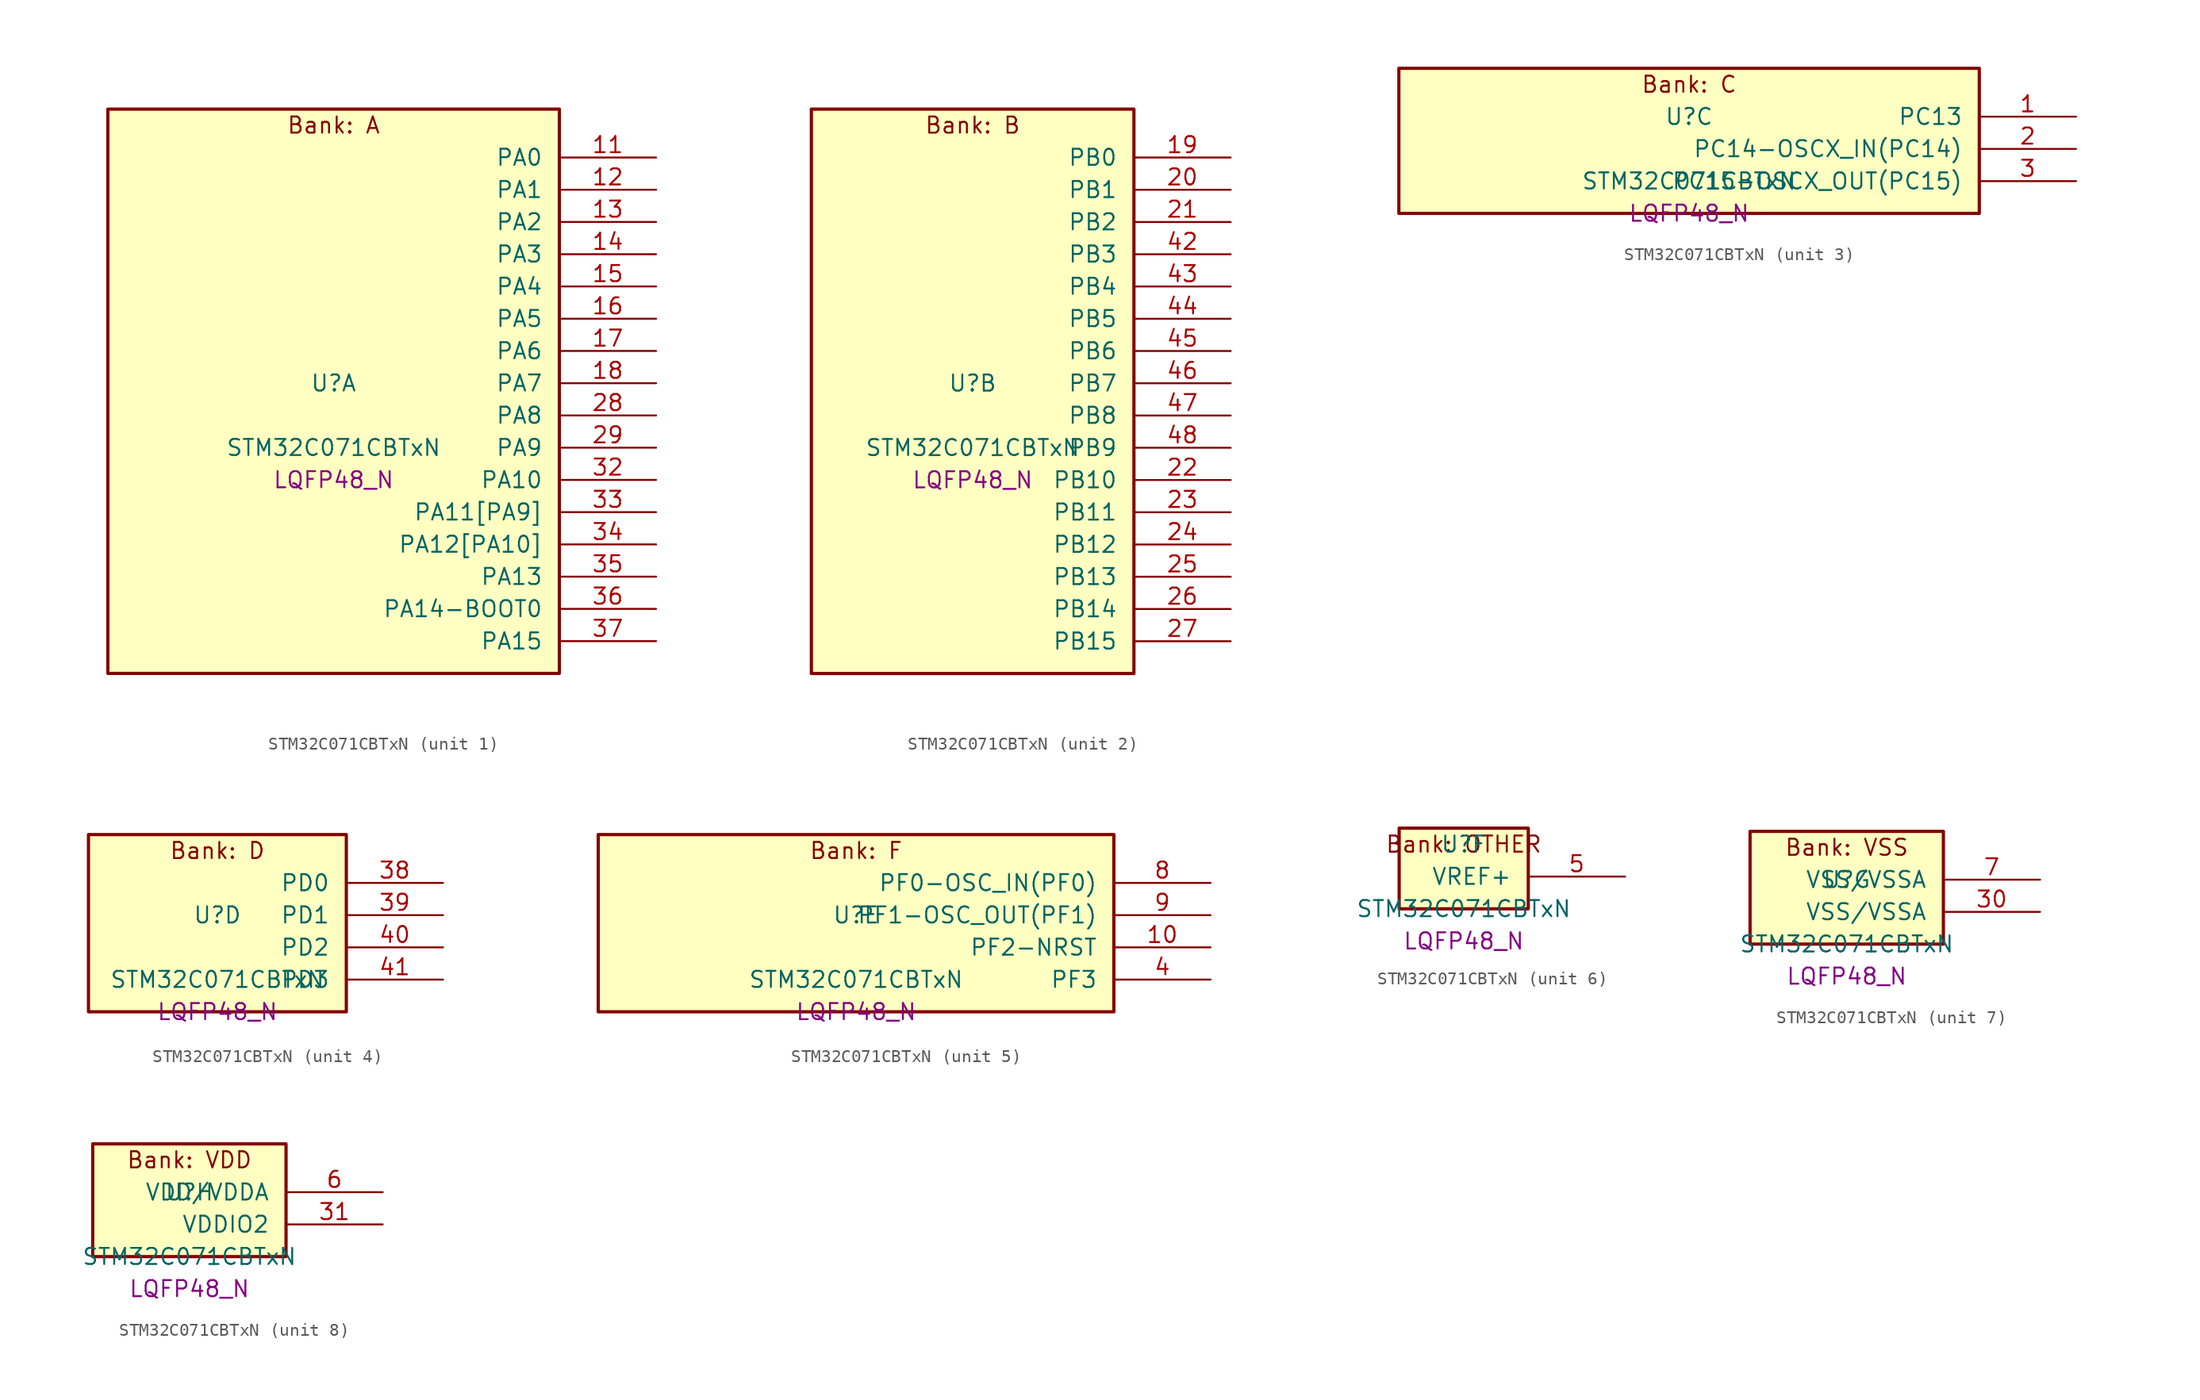
<source format=kicad_sym>
(kicad_symbol_lib
  (version 20241209)
  (generator "stm32_pkl_generator")
  (generator_version "1.0")
  (symbol "STM32C071CBTxN"
    (pin_names
      (offset 1.27))
    (property "Reference" "U"
      (at 0 2.54 0))
    (property "Value" "STM32C071CBTxN"
      (at 0 -2.54 0))
    (property "Footprint" "LQFP48_N"
      (at 0 -5.08 0))
    (symbol "STM32C071CBTxN_1_1"
      (rectangle (start -17.78 24.13) (end 17.78 -20.32) (stroke (width 0.254) (type solid)) (fill (type background)))
      (text "Bank: A" (at 0 22.86 0))
      (pin bidirectional line (at 25.4 20.32 180) (length 7.62) (name "PA0") (number "11") (alternate "PA0/ADC1_IN0" bidirectional line) (alternate "PA0/PWR_WKUP1" bidirectional line) (alternate "PA0/SPI2_SCK" bidirectional line) (alternate "PA0/TIM16_CH1" bidirectional line) (alternate "PA0/TIM1_CH1" bidirectional line) (alternate "PA0/TIM2_CH1" bidirectional line) (alternate "PA0/TIM2_ETR" bidirectional line) (alternate "PA0/USART1_TX" bidirectional line) (alternate "PA0/USART2_CTS" bidirectional line) (alternate "PA0/USART2_NSS" bidirectional line))
      (pin bidirectional line (at 25.4 17.78 180) (length 7.62) (name "PA1") (number "12") (alternate "PA1/ADC1_IN1" bidirectional line) (alternate "PA1/I2C1_SMBA" bidirectional line) (alternate "PA1/I2S1_CK" bidirectional line) (alternate "PA1/SPI1_SCK" bidirectional line) (alternate "PA1/TIM17_CH1" bidirectional line) (alternate "PA1/TIM1_CH2" bidirectional line) (alternate "PA1/TIM2_CH2" bidirectional line) (alternate "PA1/USART1_RX" bidirectional line) (alternate "PA1/USART2_CK" bidirectional line) (alternate "PA1/USART2_DE" bidirectional line) (alternate "PA1/USART2_RTS" bidirectional line))
      (pin bidirectional line (at 25.4 15.24 180) (length 7.62) (name "PA2") (number "13") (alternate "PA2/ADC1_IN2" bidirectional line) (alternate "PA2/I2S1_SD" bidirectional line) (alternate "PA2/PWR_WKUP4" bidirectional line) (alternate "PA2/RCC_LSCO" bidirectional line) (alternate "PA2/SPI1_MOSI" bidirectional line) (alternate "PA2/TIM16_CH1N" bidirectional line) (alternate "PA2/TIM1_CH3" bidirectional line) (alternate "PA2/TIM2_CH3" bidirectional line) (alternate "PA2/TIM3_ETR" bidirectional line) (alternate "PA2/USART2_TX" bidirectional line))
      (pin bidirectional line (at 25.4 12.7 180) (length 7.62) (name "PA3") (number "14") (alternate "PA3/ADC1_IN3" bidirectional line) (alternate "PA3/SPI2_MISO" bidirectional line) (alternate "PA3/TIM1_CH1N" bidirectional line) (alternate "PA3/TIM1_CH4" bidirectional line) (alternate "PA3/TIM2_CH4" bidirectional line) (alternate "PA3/USART2_RX" bidirectional line))
      (pin bidirectional line (at 25.4 10.16 180) (length 7.62) (name "PA4") (number "15") (alternate "PA4/ADC1_IN4" bidirectional line) (alternate "PA4/I2S1_WS" bidirectional line) (alternate "PA4/RTC_OUT2" bidirectional line) (alternate "PA4/SPI1_NSS" bidirectional line) (alternate "PA4/SPI2_MOSI" bidirectional line) (alternate "PA4/TIM14_CH1" bidirectional line) (alternate "PA4/TIM17_CH1N" bidirectional line) (alternate "PA4/TIM1_CH2N" bidirectional line) (alternate "PA4/USART2_TX" bidirectional line) (alternate "PA4/USB_NOE" bidirectional line))
      (pin bidirectional line (at 25.4 7.62 180) (length 7.62) (name "PA5") (number "16") (alternate "PA5/ADC1_IN5" bidirectional line) (alternate "PA5/I2S1_CK" bidirectional line) (alternate "PA5/SPI1_SCK" bidirectional line) (alternate "PA5/TIM1_CH1" bidirectional line) (alternate "PA5/TIM1_CH3N" bidirectional line) (alternate "PA5/TIM2_CH1" bidirectional line) (alternate "PA5/TIM2_ETR" bidirectional line) (alternate "PA5/USART2_RX" bidirectional line))
      (pin bidirectional line (at 25.4 5.08 180) (length 7.62) (name "PA6") (number "17") (alternate "PA6/ADC1_IN6" bidirectional line) (alternate "PA6/I2C2_SDA" bidirectional line) (alternate "PA6/I2S1_MCK" bidirectional line) (alternate "PA6/SPI1_MISO" bidirectional line) (alternate "PA6/TIM16_CH1" bidirectional line) (alternate "PA6/TIM1_BKIN" bidirectional line) (alternate "PA6/TIM3_CH1" bidirectional line))
      (pin bidirectional line (at 25.4 2.54 180) (length 7.62) (name "PA7") (number "18") (alternate "PA7/ADC1_IN7" bidirectional line) (alternate "PA7/I2C2_SCL" bidirectional line) (alternate "PA7/I2S1_SD" bidirectional line) (alternate "PA7/SPI1_MOSI" bidirectional line) (alternate "PA7/TIM14_CH1" bidirectional line) (alternate "PA7/TIM17_CH1" bidirectional line) (alternate "PA7/TIM1_CH1N" bidirectional line) (alternate "PA7/TIM3_CH2" bidirectional line))
      (pin bidirectional line (at 25.4 0 180) (length 7.62) (name "PA8") (number "28") (alternate "PA8/ADC1_IN8" bidirectional line) (alternate "PA8/CRS_SYNC" bidirectional line) (alternate "PA8/I2S1_WS" bidirectional line) (alternate "PA8/RCC_MCO" bidirectional line) (alternate "PA8/RCC_MCO_2" bidirectional line) (alternate "PA8/SPI1_NSS" bidirectional line) (alternate "PA8/SPI2_MISO" bidirectional line) (alternate "PA8/SPI2_NSS" bidirectional line) (alternate "PA8/TIM14_CH1" bidirectional line) (alternate "PA8/TIM1_CH1" bidirectional line) (alternate "PA8/TIM1_CH2N" bidirectional line) (alternate "PA8/TIM1_CH3N" bidirectional line) (alternate "PA8/TIM3_CH3" bidirectional line) (alternate "PA8/TIM3_CH4" bidirectional line) (alternate "PA8/USART1_RX" bidirectional line) (alternate "PA8/USART2_TX" bidirectional line))
      (pin bidirectional line (at 25.4 -2.54 180) (length 7.62) (name "PA9") (number "29") (alternate "PA9/I2C1_SCL" bidirectional line) (alternate "PA9/I2C2_SCL" bidirectional line) (alternate "PA9/RCC_MCO" bidirectional line) (alternate "PA9/SPI2_MISO" bidirectional line) (alternate "PA9/TIM1_CH2" bidirectional line) (alternate "PA9/TIM3_ETR" bidirectional line) (alternate "PA9/USART1_TX" bidirectional line) (alternate "PA9/NC" bidirectional line))
      (pin bidirectional line (at 25.4 -5.08 180) (length 7.62) (name "PA10") (number "32") (alternate "PA10/I2C1_SDA" bidirectional line) (alternate "PA10/I2C2_SDA" bidirectional line) (alternate "PA10/RCC_MCO_2" bidirectional line) (alternate "PA10/SPI2_MOSI" bidirectional line) (alternate "PA10/TIM17_BKIN" bidirectional line) (alternate "PA10/TIM1_CH3" bidirectional line) (alternate "PA10/USART1_RX" bidirectional line) (alternate "PA10/NC" bidirectional line))
      (pin bidirectional line (at 25.4 -7.62 180) (length 7.62) (name "PA11[PA9]") (number "33") (alternate "PA11[PA9]/ADC1_EXTI11" bidirectional line) (alternate "PA11[PA9]/I2C2_SCL" bidirectional line) (alternate "PA11[PA9]/I2S1_MCK" bidirectional line) (alternate "PA11[PA9]/SPI1_MISO" bidirectional line) (alternate "PA11[PA9]/TIM1_BKIN2" bidirectional line) (alternate "PA11[PA9]/TIM1_CH4" bidirectional line) (alternate "PA11[PA9]/USART1_CTS" bidirectional line) (alternate "PA11[PA9]/USART1_NSS" bidirectional line) (alternate "PA11[PA9]/USB_DM" bidirectional line) (alternate "PA11[PA9]/PA9[PA11]" bidirectional line) (alternate "PA11[PA9]/I2C1_SCL" bidirectional line) (alternate "PA11[PA9]/RCC_MCO" bidirectional line) (alternate "PA11[PA9]/SPI2_MISO" bidirectional line) (alternate "PA11[PA9]/TIM1_CH2" bidirectional line) (alternate "PA11[PA9]/TIM3_ETR" bidirectional line) (alternate "PA11[PA9]/USART1_TX" bidirectional line))
      (pin bidirectional line (at 25.4 -10.16 180) (length 7.62) (name "PA12[PA10]") (number "34") (alternate "PA12[PA10]/I2C2_SDA" bidirectional line) (alternate "PA12[PA10]/I2S1_SD" bidirectional line) (alternate "PA12[PA10]/I2S_CKIN" bidirectional line) (alternate "PA12[PA10]/SPI1_MOSI" bidirectional line) (alternate "PA12[PA10]/TIM1_ETR" bidirectional line) (alternate "PA12[PA10]/USART1_CK" bidirectional line) (alternate "PA12[PA10]/USART1_DE" bidirectional line) (alternate "PA12[PA10]/USART1_RTS" bidirectional line) (alternate "PA12[PA10]/USB_DP" bidirectional line) (alternate "PA12[PA10]/PA10[PA12]" bidirectional line) (alternate "PA12[PA10]/I2C1_SDA" bidirectional line) (alternate "PA12[PA10]/RCC_MCO_2" bidirectional line) (alternate "PA12[PA10]/SPI2_MOSI" bidirectional line) (alternate "PA12[PA10]/TIM17_BKIN" bidirectional line) (alternate "PA12[PA10]/TIM1_CH3" bidirectional line) (alternate "PA12[PA10]/USART1_RX" bidirectional line))
      (pin bidirectional line (at 25.4 -12.7 180) (length 7.62) (name "PA13") (number "35") (alternate "PA13/ADC1_IN13" bidirectional line) (alternate "PA13/DEBUG_SWDIO" bidirectional line) (alternate "PA13/IR_OUT" bidirectional line) (alternate "PA13/TIM3_ETR" bidirectional line) (alternate "PA13/USART2_RX" bidirectional line) (alternate "PA13/USB_NOE" bidirectional line))
      (pin bidirectional line (at 25.4 -15.24 180) (length 7.62) (name "PA14-BOOT0") (number "36") (alternate "PA14-BOOT0/ADC1_IN14" bidirectional line) (alternate "PA14-BOOT0/DEBUG_SWCLK" bidirectional line) (alternate "PA14-BOOT0/I2S1_WS" bidirectional line) (alternate "PA14-BOOT0/RCC_MCO_2" bidirectional line) (alternate "PA14-BOOT0/SPI1_NSS" bidirectional line) (alternate "PA14-BOOT0/TIM1_CH1" bidirectional line) (alternate "PA14-BOOT0/USART1_CK" bidirectional line) (alternate "PA14-BOOT0/USART1_DE" bidirectional line) (alternate "PA14-BOOT0/USART1_RTS" bidirectional line) (alternate "PA14-BOOT0/USART2_RX" bidirectional line) (alternate "PA14-BOOT0/USART2_TX" bidirectional line))
      (pin bidirectional line (at 25.4 -17.78 180) (length 7.62) (name "PA15") (number "37") (alternate "PA15/I2S1_WS" bidirectional line) (alternate "PA15/RCC_MCO_2" bidirectional line) (alternate "PA15/SPI1_NSS" bidirectional line) (alternate "PA15/TIM1_CH1" bidirectional line) (alternate "PA15/TIM2_CH1" bidirectional line) (alternate "PA15/TIM2_ETR" bidirectional line) (alternate "PA15/USART1_CK" bidirectional line) (alternate "PA15/USART1_DE" bidirectional line) (alternate "PA15/USART1_RTS" bidirectional line) (alternate "PA15/USART2_RX" bidirectional line) (alternate "PA15/USB_NOE" bidirectional line)))
    (symbol "STM32C071CBTxN_2_1"
      (rectangle (start -12.7 24.13) (end 12.7 -20.32) (stroke (width 0.254) (type solid)) (fill (type background)))
      (text "Bank: B" (at 0 22.86 0))
      (pin bidirectional line (at 20.32 20.32 180) (length 7.62) (name "PB0") (number "19") (alternate "PB0/ADC1_IN17" bidirectional line) (alternate "PB0/I2S1_WS" bidirectional line) (alternate "PB0/SPI1_NSS" bidirectional line) (alternate "PB0/TIM1_CH2N" bidirectional line) (alternate "PB0/TIM3_CH3" bidirectional line))
      (pin bidirectional line (at 20.32 17.78 180) (length 7.62) (name "PB1") (number "20") (alternate "PB1/ADC1_IN18" bidirectional line) (alternate "PB1/TIM14_CH1" bidirectional line) (alternate "PB1/TIM1_CH2N" bidirectional line) (alternate "PB1/TIM1_CH3N" bidirectional line) (alternate "PB1/TIM3_CH4" bidirectional line))
      (pin bidirectional line (at 20.32 15.24 180) (length 7.62) (name "PB2") (number "21") (alternate "PB2/ADC1_IN19" bidirectional line) (alternate "PB2/RCC_MCO_2" bidirectional line) (alternate "PB2/SPI2_MISO" bidirectional line) (alternate "PB2/USART1_RX" bidirectional line))
      (pin bidirectional line (at 20.32 12.7 180) (length 7.62) (name "PB3") (number "42") (alternate "PB3/I2C2_SCL" bidirectional line) (alternate "PB3/I2S1_CK" bidirectional line) (alternate "PB3/SPI1_SCK" bidirectional line) (alternate "PB3/TIM1_CH2" bidirectional line) (alternate "PB3/TIM2_CH2" bidirectional line) (alternate "PB3/TIM3_CH2" bidirectional line) (alternate "PB3/USART1_CK" bidirectional line) (alternate "PB3/USART1_DE" bidirectional line) (alternate "PB3/USART1_RTS" bidirectional line))
      (pin bidirectional line (at 20.32 10.16 180) (length 7.62) (name "PB4") (number "43") (alternate "PB4/I2C2_SDA" bidirectional line) (alternate "PB4/I2S1_MCK" bidirectional line) (alternate "PB4/SPI1_MISO" bidirectional line) (alternate "PB4/TIM17_BKIN" bidirectional line) (alternate "PB4/TIM3_CH1" bidirectional line) (alternate "PB4/USART1_CTS" bidirectional line) (alternate "PB4/USART1_NSS" bidirectional line))
      (pin bidirectional line (at 20.32 7.62 180) (length 7.62) (name "PB5") (number "44") (alternate "PB5/I2C1_SMBA" bidirectional line) (alternate "PB5/I2S1_SD" bidirectional line) (alternate "PB5/PWR_WKUP6" bidirectional line) (alternate "PB5/SPI1_MOSI" bidirectional line) (alternate "PB5/TIM16_BKIN" bidirectional line) (alternate "PB5/TIM3_CH2" bidirectional line) (alternate "PB5/TIM3_CH3" bidirectional line))
      (pin bidirectional line (at 20.32 5.08 180) (length 7.62) (name "PB6") (number "45") (alternate "PB6/I2C1_SCL" bidirectional line) (alternate "PB6/I2C1_SMBA" bidirectional line) (alternate "PB6/I2S1_CK" bidirectional line) (alternate "PB6/I2S1_MCK" bidirectional line) (alternate "PB6/I2S1_SD" bidirectional line) (alternate "PB6/PWR_WKUP3" bidirectional line) (alternate "PB6/SPI1_MISO" bidirectional line) (alternate "PB6/SPI1_MOSI" bidirectional line) (alternate "PB6/SPI1_SCK" bidirectional line) (alternate "PB6/SPI2_MISO" bidirectional line) (alternate "PB6/TIM16_BKIN" bidirectional line) (alternate "PB6/TIM16_CH1N" bidirectional line) (alternate "PB6/TIM17_BKIN" bidirectional line) (alternate "PB6/TIM1_CH2" bidirectional line) (alternate "PB6/TIM1_CH3" bidirectional line) (alternate "PB6/TIM3_CH1" bidirectional line) (alternate "PB6/TIM3_CH2" bidirectional line) (alternate "PB6/TIM3_CH3" bidirectional line) (alternate "PB6/USART1_CTS" bidirectional line) (alternate "PB6/USART1_NSS" bidirectional line) (alternate "PB6/USART1_TX" bidirectional line))
      (pin bidirectional line (at 20.32 2.54 180) (length 7.62) (name "PB7") (number "46") (alternate "PB7/I2C1_SCL" bidirectional line) (alternate "PB7/I2C1_SDA" bidirectional line) (alternate "PB7/SPI2_MOSI" bidirectional line) (alternate "PB7/TIM16_CH1" bidirectional line) (alternate "PB7/TIM17_CH1N" bidirectional line) (alternate "PB7/TIM1_CH4" bidirectional line) (alternate "PB7/TIM3_CH1" bidirectional line) (alternate "PB7/TIM3_CH4" bidirectional line) (alternate "PB7/USART1_RX" bidirectional line) (alternate "PB7/USART2_CTS" bidirectional line) (alternate "PB7/USART2_NSS" bidirectional line))
      (pin bidirectional line (at 20.32 0 180) (length 7.62) (name "PB8") (number "47") (alternate "PB8/I2C1_SCL" bidirectional line) (alternate "PB8/SPI2_SCK" bidirectional line) (alternate "PB8/TIM16_CH1" bidirectional line) (alternate "PB8/TIM3_CH1" bidirectional line) (alternate "PB8/USART2_CTS" bidirectional line) (alternate "PB8/USART2_NSS" bidirectional line))
      (pin bidirectional line (at 20.32 -2.54 180) (length 7.62) (name "PB9") (number "48") (alternate "PB9/I2C1_SDA" bidirectional line) (alternate "PB9/IR_OUT" bidirectional line) (alternate "PB9/SPI2_NSS" bidirectional line) (alternate "PB9/TIM17_CH1" bidirectional line) (alternate "PB9/TIM3_CH2" bidirectional line) (alternate "PB9/USART2_CK" bidirectional line) (alternate "PB9/USART2_DE" bidirectional line) (alternate "PB9/USART2_RTS" bidirectional line))
      (pin bidirectional line (at 20.32 -5.08 180) (length 7.62) (name "PB10") (number "22") (alternate "PB10/ADC1_IN20" bidirectional line) (alternate "PB10/I2C2_SCL" bidirectional line) (alternate "PB10/SPI2_SCK" bidirectional line) (alternate "PB10/TIM2_CH3" bidirectional line))
      (pin bidirectional line (at 20.32 -7.62 180) (length 7.62) (name "PB11") (number "23") (alternate "PB11/ADC1_EXTI11" bidirectional line) (alternate "PB11/ADC1_IN21" bidirectional line) (alternate "PB11/I2C2_SDA" bidirectional line) (alternate "PB11/SPI2_MOSI" bidirectional line) (alternate "PB11/TIM2_CH4" bidirectional line))
      (pin bidirectional line (at 20.32 -10.16 180) (length 7.62) (name "PB12") (number "24") (alternate "PB12/ADC1_IN22" bidirectional line) (alternate "PB12/SPI2_NSS" bidirectional line) (alternate "PB12/TIM1_BKIN" bidirectional line) (alternate "PB12/TIM1_BKIN2" bidirectional line))
      (pin bidirectional line (at 20.32 -12.7 180) (length 7.62) (name "PB13") (number "25") (alternate "PB13/I2C2_SCL" bidirectional line) (alternate "PB13/SPI2_SCK" bidirectional line) (alternate "PB13/TIM1_CH1N" bidirectional line))
      (pin bidirectional line (at 20.32 -15.24 180) (length 7.62) (name "PB14") (number "26") (alternate "PB14/I2C2_SDA" bidirectional line) (alternate "PB14/SPI2_MISO" bidirectional line) (alternate "PB14/TIM1_CH2N" bidirectional line))
      (pin bidirectional line (at 20.32 -17.78 180) (length 7.62) (name "PB15") (number "27") (alternate "PB15/RTC_REFIN" bidirectional line) (alternate "PB15/SPI2_MOSI" bidirectional line) (alternate "PB15/TIM1_CH3N" bidirectional line)))
    (symbol "STM32C071CBTxN_3_1"
      (rectangle (start -22.86 6.35) (end 22.86 -5.08) (stroke (width 0.254) (type solid)) (fill (type background)))
      (text "Bank: C" (at 0 5.08 0))
      (pin bidirectional line (at 30.48 2.54 180) (length 7.62) (name "PC13") (number "1") (alternate "PC13/PWR_WKUP2" bidirectional line) (alternate "PC13/RTC_OUT1" bidirectional line) (alternate "PC13/RTC_TS" bidirectional line) (alternate "PC13/TIM1_BKIN" bidirectional line) (alternate "PC13/TIM1_ETR" bidirectional line))
      (pin bidirectional line (at 30.48 0 180) (length 7.62) (name "PC14-OSCX_IN(PC14)") (number "2") (alternate "PC14-OSCX_IN(PC14)/I2C1_SDA" bidirectional line) (alternate "PC14-OSCX_IN(PC14)/IR_OUT" bidirectional line) (alternate "PC14-OSCX_IN(PC14)/RCC_OSCX_IN" bidirectional line) (alternate "PC14-OSCX_IN(PC14)/SPI2_NSS" bidirectional line) (alternate "PC14-OSCX_IN(PC14)/TIM17_CH1" bidirectional line) (alternate "PC14-OSCX_IN(PC14)/TIM1_BKIN2" bidirectional line) (alternate "PC14-OSCX_IN(PC14)/TIM1_ETR" bidirectional line) (alternate "PC14-OSCX_IN(PC14)/TIM3_CH2" bidirectional line) (alternate "PC14-OSCX_IN(PC14)/USART1_TX" bidirectional line) (alternate "PC14-OSCX_IN(PC14)/USART2_CK" bidirectional line) (alternate "PC14-OSCX_IN(PC14)/USART2_DE" bidirectional line) (alternate "PC14-OSCX_IN(PC14)/USART2_RTS" bidirectional line))
      (pin bidirectional line (at 30.48 -2.54 180) (length 7.62) (name "PC15-OSCX_OUT(PC15)") (number "3") (alternate "PC15-OSCX_OUT(PC15)/RCC_OSC32_EN" bidirectional line) (alternate "PC15-OSCX_OUT(PC15)/RCC_OSCX_OUT" bidirectional line) (alternate "PC15-OSCX_OUT(PC15)/RCC_OSC_EN" bidirectional line) (alternate "PC15-OSCX_OUT(PC15)/TIM1_ETR" bidirectional line) (alternate "PC15-OSCX_OUT(PC15)/TIM3_CH3" bidirectional line)))
    (symbol "STM32C071CBTxN_4_1"
      (rectangle (start -10.16 8.89) (end 10.16 -5.08) (stroke (width 0.254) (type solid)) (fill (type background)))
      (text "Bank: D" (at 0 7.62 0))
      (pin bidirectional line (at 17.78 5.08 180) (length 7.62) (name "PD0") (number "38") (alternate "PD0/SPI2_NSS" bidirectional line) (alternate "PD0/TIM16_CH1" bidirectional line))
      (pin bidirectional line (at 17.78 2.54 180) (length 7.62) (name "PD1") (number "39") (alternate "PD1/SPI2_SCK" bidirectional line) (alternate "PD1/TIM17_CH1" bidirectional line))
      (pin bidirectional line (at 17.78 0 180) (length 7.62) (name "PD2") (number "40") (alternate "PD2/TIM1_CH1N" bidirectional line) (alternate "PD2/TIM3_ETR" bidirectional line))
      (pin bidirectional line (at 17.78 -2.54 180) (length 7.62) (name "PD3") (number "41") (alternate "PD3/SPI2_MISO" bidirectional line) (alternate "PD3/TIM1_CH2N" bidirectional line) (alternate "PD3/USART2_CTS" bidirectional line) (alternate "PD3/USART2_NSS" bidirectional line)))
    (symbol "STM32C071CBTxN_5_1"
      (rectangle (start -20.32 8.89) (end 20.32 -5.08) (stroke (width 0.254) (type solid)) (fill (type background)))
      (text "Bank: F" (at 0 7.62 0))
      (pin bidirectional line (at 27.94 5.08 180) (length 7.62) (name "PF0-OSC_IN(PF0)") (number "8") (alternate "PF0-OSC_IN(PF0)/CRS_SYNC" bidirectional line) (alternate "PF0-OSC_IN(PF0)/RCC_OSC_IN" bidirectional line) (alternate "PF0-OSC_IN(PF0)/TIM14_CH1" bidirectional line))
      (pin bidirectional line (at 27.94 2.54 180) (length 7.62) (name "PF1-OSC_OUT(PF1)") (number "9") (alternate "PF1-OSC_OUT(PF1)/RCC_OSC_EN" bidirectional line) (alternate "PF1-OSC_OUT(PF1)/RCC_OSC_OUT" bidirectional line))
      (pin bidirectional line (at 27.94 0 180) (length 7.62) (name "PF2-NRST") (number "10") (alternate "PF2-NRST/RCC_MCO" bidirectional line) (alternate "PF2-NRST/TIM1_CH4" bidirectional line))
      (pin bidirectional line (at 27.94 -2.54 180) (length 7.62) (name "PF3") (number "4")))
    (symbol "STM32C071CBTxN_6_1"
      (rectangle (start -5.08 3.81) (end 5.08 -2.54) (stroke (width 0.254) (type solid)) (fill (type background)))
      (text "Bank: OTHER" (at 0 2.54 0))
      (pin bidirectional line (at 12.7 0 180) (length 7.62) (name "VREF+") (number "5")))
    (symbol "STM32C071CBTxN_7_1"
      (rectangle (start -7.62 6.35) (end 7.62 -2.54) (stroke (width 0.254) (type solid)) (fill (type background)))
      (text "Bank: VSS" (at 0 5.08 0))
      (pin power_in line (at 15.24 2.54 180) (length 7.62) (name "VSS/VSSA") (number "7"))
      (pin power_in line (at 15.24 0 180) (length 7.62) (name "VSS/VSSA") (number "30")))
    (symbol "STM32C071CBTxN_8_1"
      (rectangle (start -7.62 6.35) (end 7.62 -2.54) (stroke (width 0.254) (type solid)) (fill (type background)))
      (text "Bank: VDD" (at 0 5.08 0))
      (pin power_in line (at 15.24 2.54 180) (length 7.62) (name "VDD/VDDA") (number "6"))
      (pin power_in line (at 15.24 0 180) (length 7.62) (name "VDDIO2") (number "31")))))
</source>
